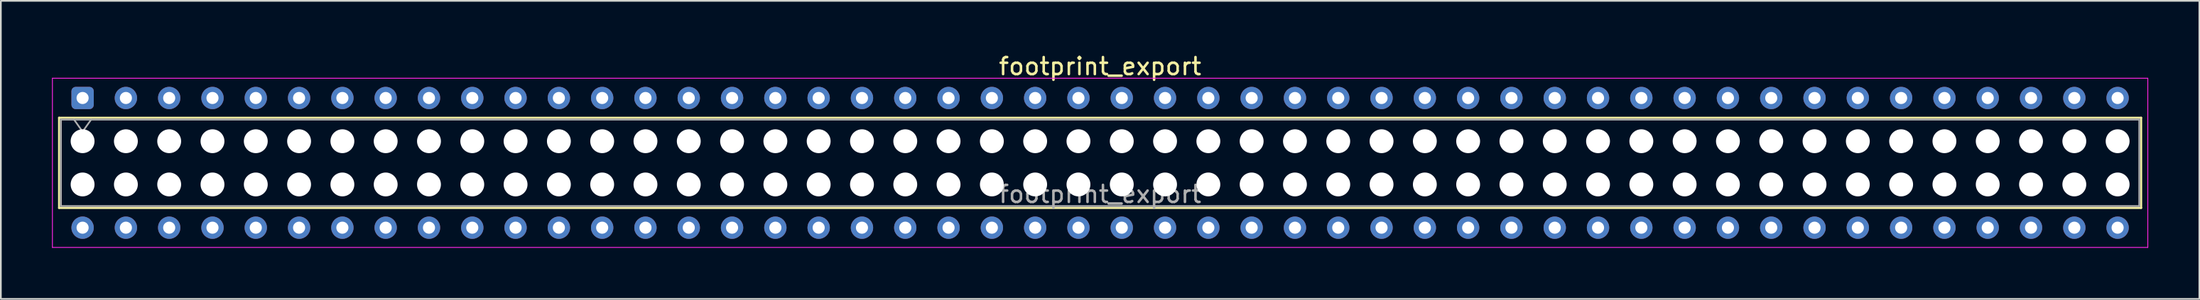
<source format=kicad_pcb>
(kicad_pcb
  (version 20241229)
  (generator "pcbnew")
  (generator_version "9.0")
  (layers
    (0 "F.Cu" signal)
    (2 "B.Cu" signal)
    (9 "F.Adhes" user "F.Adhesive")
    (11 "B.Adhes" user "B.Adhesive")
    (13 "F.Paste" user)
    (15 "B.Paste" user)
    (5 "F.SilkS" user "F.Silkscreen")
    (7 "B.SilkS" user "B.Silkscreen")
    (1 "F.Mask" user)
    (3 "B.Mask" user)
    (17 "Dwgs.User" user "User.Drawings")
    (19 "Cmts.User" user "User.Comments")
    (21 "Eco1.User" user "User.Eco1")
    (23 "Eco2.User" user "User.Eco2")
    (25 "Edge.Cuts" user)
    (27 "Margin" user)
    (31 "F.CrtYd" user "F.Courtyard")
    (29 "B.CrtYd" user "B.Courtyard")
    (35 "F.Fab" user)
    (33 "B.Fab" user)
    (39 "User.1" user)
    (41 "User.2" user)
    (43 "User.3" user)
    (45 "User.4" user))
  (footprint "footprint_export"
    (layer "F.Cu")
    (at 1.795 2.708)
    (property "Reference" "footprint_export" (at 59.69 -1.86 0) (layer "F.SilkS") (effects (font (size 1 1) (thickness 0.15))))
    (attr through_hole)
    (fp_line (start -1.38 1.16) (end 120.76 1.16) (stroke (width 0.12) (type solid)) (layer "F.SilkS"))
    (fp_line (start -1.38 6.46) (end -1.38 1.16) (stroke (width 0.12) (type solid)) (layer "F.SilkS"))
    (fp_line (start 120.76 1.16) (end 120.76 6.46) (stroke (width 0.12) (type solid)) (layer "F.SilkS"))
    (fp_line (start 120.76 6.46) (end -1.38 6.46) (stroke (width 0.12) (type solid)) (layer "F.SilkS"))
    (fp_line (start -1.77 -1.16) (end 121.15 -1.16) (stroke (width 0.05) (type solid)) (layer "F.CrtYd"))
    (fp_line (start -1.77 8.78) (end -1.77 -1.16) (stroke (width 0.05) (type solid)) (layer "F.CrtYd"))
    (fp_line (start 121.15 -1.16) (end 121.15 8.78) (stroke (width 0.05) (type solid)) (layer "F.CrtYd"))
    (fp_line (start 121.15 8.78) (end -1.77 8.78) (stroke (width 0.05) (type solid)) (layer "F.CrtYd"))
    (fp_line (start -1.27 1.27) (end 120.65 1.27) (stroke (width 0.1) (type solid)) (layer "F.Fab"))
    (fp_line (start -1.27 6.35) (end -1.27 1.27) (stroke (width 0.1) (type solid)) (layer "F.Fab"))
    (fp_line (start -0.5 1.27) (end 0 1.977) (stroke (width 0.1) (type solid)) (layer "F.Fab"))
    (fp_line (start 0 1.977) (end 0.5 1.27) (stroke (width 0.1) (type solid)) (layer "F.Fab"))
    (fp_line (start 120.65 1.27) (end 120.65 6.35) (stroke (width 0.1) (type solid)) (layer "F.Fab"))
    (fp_line (start 120.65 6.35) (end -1.27 6.35) (stroke (width 0.1) (type solid)) (layer "F.Fab"))
    (fp_text user "${REFERENCE}" (at 59.69 5.65 0) (layer "F.Fab") (effects (font (size 1 1) (thickness 0.15))))
    (pad "" np_thru_hole circle (at 0 2.54) (size 1.4 1.4) (drill 1.4) (layers "*.Cu" "*.Mask"))
    (pad "" np_thru_hole circle (at 0 5.08) (size 1.4 1.4) (drill 1.4) (layers "*.Cu" "*.Mask"))
    (pad "" np_thru_hole circle (at 2.54 2.54) (size 1.4 1.4) (drill 1.4) (layers "*.Cu" "*.Mask"))
    (pad "" np_thru_hole circle (at 2.54 5.08) (size 1.4 1.4) (drill 1.4) (layers "*.Cu" "*.Mask"))
    (pad "" np_thru_hole circle (at 5.08 2.54) (size 1.4 1.4) (drill 1.4) (layers "*.Cu" "*.Mask"))
    (pad "" np_thru_hole circle (at 5.08 5.08) (size 1.4 1.4) (drill 1.4) (layers "*.Cu" "*.Mask"))
    (pad "" np_thru_hole circle (at 7.62 2.54) (size 1.4 1.4) (drill 1.4) (layers "*.Cu" "*.Mask"))
    (pad "" np_thru_hole circle (at 7.62 5.08) (size 1.4 1.4) (drill 1.4) (layers "*.Cu" "*.Mask"))
    (pad "" np_thru_hole circle (at 10.16 2.54) (size 1.4 1.4) (drill 1.4) (layers "*.Cu" "*.Mask"))
    (pad "" np_thru_hole circle (at 10.16 5.08) (size 1.4 1.4) (drill 1.4) (layers "*.Cu" "*.Mask"))
    (pad "" np_thru_hole circle (at 12.7 2.54) (size 1.4 1.4) (drill 1.4) (layers "*.Cu" "*.Mask"))
    (pad "" np_thru_hole circle (at 12.7 5.08) (size 1.4 1.4) (drill 1.4) (layers "*.Cu" "*.Mask"))
    (pad "" np_thru_hole circle (at 15.24 2.54) (size 1.4 1.4) (drill 1.4) (layers "*.Cu" "*.Mask"))
    (pad "" np_thru_hole circle (at 15.24 5.08) (size 1.4 1.4) (drill 1.4) (layers "*.Cu" "*.Mask"))
    (pad "" np_thru_hole circle (at 17.78 2.54) (size 1.4 1.4) (drill 1.4) (layers "*.Cu" "*.Mask"))
    (pad "" np_thru_hole circle (at 17.78 5.08) (size 1.4 1.4) (drill 1.4) (layers "*.Cu" "*.Mask"))
    (pad "" np_thru_hole circle (at 20.32 2.54) (size 1.4 1.4) (drill 1.4) (layers "*.Cu" "*.Mask"))
    (pad "" np_thru_hole circle (at 20.32 5.08) (size 1.4 1.4) (drill 1.4) (layers "*.Cu" "*.Mask"))
    (pad "" np_thru_hole circle (at 22.86 2.54) (size 1.4 1.4) (drill 1.4) (layers "*.Cu" "*.Mask"))
    (pad "" np_thru_hole circle (at 22.86 5.08) (size 1.4 1.4) (drill 1.4) (layers "*.Cu" "*.Mask"))
    (pad "" np_thru_hole circle (at 25.4 2.54) (size 1.4 1.4) (drill 1.4) (layers "*.Cu" "*.Mask"))
    (pad "" np_thru_hole circle (at 25.4 5.08) (size 1.4 1.4) (drill 1.4) (layers "*.Cu" "*.Mask"))
    (pad "" np_thru_hole circle (at 27.94 2.54) (size 1.4 1.4) (drill 1.4) (layers "*.Cu" "*.Mask"))
    (pad "" np_thru_hole circle (at 27.94 5.08) (size 1.4 1.4) (drill 1.4) (layers "*.Cu" "*.Mask"))
    (pad "" np_thru_hole circle (at 30.48 2.54) (size 1.4 1.4) (drill 1.4) (layers "*.Cu" "*.Mask"))
    (pad "" np_thru_hole circle (at 30.48 5.08) (size 1.4 1.4) (drill 1.4) (layers "*.Cu" "*.Mask"))
    (pad "" np_thru_hole circle (at 33.02 2.54) (size 1.4 1.4) (drill 1.4) (layers "*.Cu" "*.Mask"))
    (pad "" np_thru_hole circle (at 33.02 5.08) (size 1.4 1.4) (drill 1.4) (layers "*.Cu" "*.Mask"))
    (pad "" np_thru_hole circle (at 35.56 2.54) (size 1.4 1.4) (drill 1.4) (layers "*.Cu" "*.Mask"))
    (pad "" np_thru_hole circle (at 35.56 5.08) (size 1.4 1.4) (drill 1.4) (layers "*.Cu" "*.Mask"))
    (pad "" np_thru_hole circle (at 38.1 2.54) (size 1.4 1.4) (drill 1.4) (layers "*.Cu" "*.Mask"))
    (pad "" np_thru_hole circle (at 38.1 5.08) (size 1.4 1.4) (drill 1.4) (layers "*.Cu" "*.Mask"))
    (pad "" np_thru_hole circle (at 40.64 2.54) (size 1.4 1.4) (drill 1.4) (layers "*.Cu" "*.Mask"))
    (pad "" np_thru_hole circle (at 40.64 5.08) (size 1.4 1.4) (drill 1.4) (layers "*.Cu" "*.Mask"))
    (pad "" np_thru_hole circle (at 43.18 2.54) (size 1.4 1.4) (drill 1.4) (layers "*.Cu" "*.Mask"))
    (pad "" np_thru_hole circle (at 43.18 5.08) (size 1.4 1.4) (drill 1.4) (layers "*.Cu" "*.Mask"))
    (pad "" np_thru_hole circle (at 45.72 2.54) (size 1.4 1.4) (drill 1.4) (layers "*.Cu" "*.Mask"))
    (pad "" np_thru_hole circle (at 45.72 5.08) (size 1.4 1.4) (drill 1.4) (layers "*.Cu" "*.Mask"))
    (pad "" np_thru_hole circle (at 48.26 2.54) (size 1.4 1.4) (drill 1.4) (layers "*.Cu" "*.Mask"))
    (pad "" np_thru_hole circle (at 48.26 5.08) (size 1.4 1.4) (drill 1.4) (layers "*.Cu" "*.Mask"))
    (pad "" np_thru_hole circle (at 50.8 2.54) (size 1.4 1.4) (drill 1.4) (layers "*.Cu" "*.Mask"))
    (pad "" np_thru_hole circle (at 50.8 5.08) (size 1.4 1.4) (drill 1.4) (layers "*.Cu" "*.Mask"))
    (pad "" np_thru_hole circle (at 53.34 2.54) (size 1.4 1.4) (drill 1.4) (layers "*.Cu" "*.Mask"))
    (pad "" np_thru_hole circle (at 53.34 5.08) (size 1.4 1.4) (drill 1.4) (layers "*.Cu" "*.Mask"))
    (pad "" np_thru_hole circle (at 55.88 2.54) (size 1.4 1.4) (drill 1.4) (layers "*.Cu" "*.Mask"))
    (pad "" np_thru_hole circle (at 55.88 5.08) (size 1.4 1.4) (drill 1.4) (layers "*.Cu" "*.Mask"))
    (pad "" np_thru_hole circle (at 58.42 2.54) (size 1.4 1.4) (drill 1.4) (layers "*.Cu" "*.Mask"))
    (pad "" np_thru_hole circle (at 58.42 5.08) (size 1.4 1.4) (drill 1.4) (layers "*.Cu" "*.Mask"))
    (pad "" np_thru_hole circle (at 60.96 2.54) (size 1.4 1.4) (drill 1.4) (layers "*.Cu" "*.Mask"))
    (pad "" np_thru_hole circle (at 60.96 5.08) (size 1.4 1.4) (drill 1.4) (layers "*.Cu" "*.Mask"))
    (pad "" np_thru_hole circle (at 63.5 2.54) (size 1.4 1.4) (drill 1.4) (layers "*.Cu" "*.Mask"))
    (pad "" np_thru_hole circle (at 63.5 5.08) (size 1.4 1.4) (drill 1.4) (layers "*.Cu" "*.Mask"))
    (pad "" np_thru_hole circle (at 66.04 2.54) (size 1.4 1.4) (drill 1.4) (layers "*.Cu" "*.Mask"))
    (pad "" np_thru_hole circle (at 66.04 5.08) (size 1.4 1.4) (drill 1.4) (layers "*.Cu" "*.Mask"))
    (pad "" np_thru_hole circle (at 68.58 2.54) (size 1.4 1.4) (drill 1.4) (layers "*.Cu" "*.Mask"))
    (pad "" np_thru_hole circle (at 68.58 5.08) (size 1.4 1.4) (drill 1.4) (layers "*.Cu" "*.Mask"))
    (pad "" np_thru_hole circle (at 71.12 2.54) (size 1.4 1.4) (drill 1.4) (layers "*.Cu" "*.Mask"))
    (pad "" np_thru_hole circle (at 71.12 5.08) (size 1.4 1.4) (drill 1.4) (layers "*.Cu" "*.Mask"))
    (pad "" np_thru_hole circle (at 73.66 2.54) (size 1.4 1.4) (drill 1.4) (layers "*.Cu" "*.Mask"))
    (pad "" np_thru_hole circle (at 73.66 5.08) (size 1.4 1.4) (drill 1.4) (layers "*.Cu" "*.Mask"))
    (pad "" np_thru_hole circle (at 76.2 2.54) (size 1.4 1.4) (drill 1.4) (layers "*.Cu" "*.Mask"))
    (pad "" np_thru_hole circle (at 76.2 5.08) (size 1.4 1.4) (drill 1.4) (layers "*.Cu" "*.Mask"))
    (pad "" np_thru_hole circle (at 78.74 2.54) (size 1.4 1.4) (drill 1.4) (layers "*.Cu" "*.Mask"))
    (pad "" np_thru_hole circle (at 78.74 5.08) (size 1.4 1.4) (drill 1.4) (layers "*.Cu" "*.Mask"))
    (pad "" np_thru_hole circle (at 81.28 2.54) (size 1.4 1.4) (drill 1.4) (layers "*.Cu" "*.Mask"))
    (pad "" np_thru_hole circle (at 81.28 5.08) (size 1.4 1.4) (drill 1.4) (layers "*.Cu" "*.Mask"))
    (pad "" np_thru_hole circle (at 83.82 2.54) (size 1.4 1.4) (drill 1.4) (layers "*.Cu" "*.Mask"))
    (pad "" np_thru_hole circle (at 83.82 5.08) (size 1.4 1.4) (drill 1.4) (layers "*.Cu" "*.Mask"))
    (pad "" np_thru_hole circle (at 86.36 2.54) (size 1.4 1.4) (drill 1.4) (layers "*.Cu" "*.Mask"))
    (pad "" np_thru_hole circle (at 86.36 5.08) (size 1.4 1.4) (drill 1.4) (layers "*.Cu" "*.Mask"))
    (pad "" np_thru_hole circle (at 88.9 2.54) (size 1.4 1.4) (drill 1.4) (layers "*.Cu" "*.Mask"))
    (pad "" np_thru_hole circle (at 88.9 5.08) (size 1.4 1.4) (drill 1.4) (layers "*.Cu" "*.Mask"))
    (pad "" np_thru_hole circle (at 91.44 2.54) (size 1.4 1.4) (drill 1.4) (layers "*.Cu" "*.Mask"))
    (pad "" np_thru_hole circle (at 91.44 5.08) (size 1.4 1.4) (drill 1.4) (layers "*.Cu" "*.Mask"))
    (pad "" np_thru_hole circle (at 93.98 2.54) (size 1.4 1.4) (drill 1.4) (layers "*.Cu" "*.Mask"))
    (pad "" np_thru_hole circle (at 93.98 5.08) (size 1.4 1.4) (drill 1.4) (layers "*.Cu" "*.Mask"))
    (pad "" np_thru_hole circle (at 96.52 2.54) (size 1.4 1.4) (drill 1.4) (layers "*.Cu" "*.Mask"))
    (pad "" np_thru_hole circle (at 96.52 5.08) (size 1.4 1.4) (drill 1.4) (layers "*.Cu" "*.Mask"))
    (pad "" np_thru_hole circle (at 99.06 2.54) (size 1.4 1.4) (drill 1.4) (layers "*.Cu" "*.Mask"))
    (pad "" np_thru_hole circle (at 99.06 5.08) (size 1.4 1.4) (drill 1.4) (layers "*.Cu" "*.Mask"))
    (pad "" np_thru_hole circle (at 101.6 2.54) (size 1.4 1.4) (drill 1.4) (layers "*.Cu" "*.Mask"))
    (pad "" np_thru_hole circle (at 101.6 5.08) (size 1.4 1.4) (drill 1.4) (layers "*.Cu" "*.Mask"))
    (pad "" np_thru_hole circle (at 104.14 2.54) (size 1.4 1.4) (drill 1.4) (layers "*.Cu" "*.Mask"))
    (pad "" np_thru_hole circle (at 104.14 5.08) (size 1.4 1.4) (drill 1.4) (layers "*.Cu" "*.Mask"))
    (pad "" np_thru_hole circle (at 106.68 2.54) (size 1.4 1.4) (drill 1.4) (layers "*.Cu" "*.Mask"))
    (pad "" np_thru_hole circle (at 106.68 5.08) (size 1.4 1.4) (drill 1.4) (layers "*.Cu" "*.Mask"))
    (pad "" np_thru_hole circle (at 109.22 2.54) (size 1.4 1.4) (drill 1.4) (layers "*.Cu" "*.Mask"))
    (pad "" np_thru_hole circle (at 109.22 5.08) (size 1.4 1.4) (drill 1.4) (layers "*.Cu" "*.Mask"))
    (pad "" np_thru_hole circle (at 111.76 2.54) (size 1.4 1.4) (drill 1.4) (layers "*.Cu" "*.Mask"))
    (pad "" np_thru_hole circle (at 111.76 5.08) (size 1.4 1.4) (drill 1.4) (layers "*.Cu" "*.Mask"))
    (pad "" np_thru_hole circle (at 114.3 2.54) (size 1.4 1.4) (drill 1.4) (layers "*.Cu" "*.Mask"))
    (pad "" np_thru_hole circle (at 114.3 5.08) (size 1.4 1.4) (drill 1.4) (layers "*.Cu" "*.Mask"))
    (pad "" np_thru_hole circle (at 116.84 2.54) (size 1.4 1.4) (drill 1.4) (layers "*.Cu" "*.Mask"))
    (pad "" np_thru_hole circle (at 116.84 5.08) (size 1.4 1.4) (drill 1.4) (layers "*.Cu" "*.Mask"))
    (pad "" np_thru_hole circle (at 119.38 2.54) (size 1.4 1.4) (drill 1.4) (layers "*.Cu" "*.Mask"))
    (pad "" np_thru_hole circle (at 119.38 5.08) (size 1.4 1.4) (drill 1.4) (layers "*.Cu" "*.Mask"))
    (pad "1" thru_hole roundrect (at 0 0) (size 1.31 1.31) (drill 0.71) (layers "*.Cu" "*.Mask") (roundrect_rratio 0.191))
    (pad "2" thru_hole circle (at 0 7.62) (size 1.31 1.31) (drill 0.71) (layers "*.Cu" "*.Mask"))
    (pad "3" thru_hole circle (at 2.54 0) (size 1.31 1.31) (drill 0.71) (layers "*.Cu" "*.Mask"))
    (pad "4" thru_hole circle (at 2.54 7.62) (size 1.31 1.31) (drill 0.71) (layers "*.Cu" "*.Mask"))
    (pad "5" thru_hole circle (at 5.08 0) (size 1.31 1.31) (drill 0.71) (layers "*.Cu" "*.Mask"))
    (pad "6" thru_hole circle (at 5.08 7.62) (size 1.31 1.31) (drill 0.71) (layers "*.Cu" "*.Mask"))
    (pad "7" thru_hole circle (at 7.62 0) (size 1.31 1.31) (drill 0.71) (layers "*.Cu" "*.Mask"))
    (pad "8" thru_hole circle (at 7.62 7.62) (size 1.31 1.31) (drill 0.71) (layers "*.Cu" "*.Mask"))
    (pad "9" thru_hole circle (at 10.16 0) (size 1.31 1.31) (drill 0.71) (layers "*.Cu" "*.Mask"))
    (pad "10" thru_hole circle (at 10.16 7.62) (size 1.31 1.31) (drill 0.71) (layers "*.Cu" "*.Mask"))
    (pad "11" thru_hole circle (at 12.7 0) (size 1.31 1.31) (drill 0.71) (layers "*.Cu" "*.Mask"))
    (pad "12" thru_hole circle (at 12.7 7.62) (size 1.31 1.31) (drill 0.71) (layers "*.Cu" "*.Mask"))
    (pad "13" thru_hole circle (at 15.24 0) (size 1.31 1.31) (drill 0.71) (layers "*.Cu" "*.Mask"))
    (pad "14" thru_hole circle (at 15.24 7.62) (size 1.31 1.31) (drill 0.71) (layers "*.Cu" "*.Mask"))
    (pad "15" thru_hole circle (at 17.78 0) (size 1.31 1.31) (drill 0.71) (layers "*.Cu" "*.Mask"))
    (pad "16" thru_hole circle (at 17.78 7.62) (size 1.31 1.31) (drill 0.71) (layers "*.Cu" "*.Mask"))
    (pad "17" thru_hole circle (at 20.32 0) (size 1.31 1.31) (drill 0.71) (layers "*.Cu" "*.Mask"))
    (pad "18" thru_hole circle (at 20.32 7.62) (size 1.31 1.31) (drill 0.71) (layers "*.Cu" "*.Mask"))
    (pad "19" thru_hole circle (at 22.86 0) (size 1.31 1.31) (drill 0.71) (layers "*.Cu" "*.Mask"))
    (pad "20" thru_hole circle (at 22.86 7.62) (size 1.31 1.31) (drill 0.71) (layers "*.Cu" "*.Mask"))
    (pad "21" thru_hole circle (at 25.4 0) (size 1.31 1.31) (drill 0.71) (layers "*.Cu" "*.Mask"))
    (pad "22" thru_hole circle (at 25.4 7.62) (size 1.31 1.31) (drill 0.71) (layers "*.Cu" "*.Mask"))
    (pad "23" thru_hole circle (at 27.94 0) (size 1.31 1.31) (drill 0.71) (layers "*.Cu" "*.Mask"))
    (pad "24" thru_hole circle (at 27.94 7.62) (size 1.31 1.31) (drill 0.71) (layers "*.Cu" "*.Mask"))
    (pad "25" thru_hole circle (at 30.48 0) (size 1.31 1.31) (drill 0.71) (layers "*.Cu" "*.Mask"))
    (pad "26" thru_hole circle (at 30.48 7.62) (size 1.31 1.31) (drill 0.71) (layers "*.Cu" "*.Mask"))
    (pad "27" thru_hole circle (at 33.02 0) (size 1.31 1.31) (drill 0.71) (layers "*.Cu" "*.Mask"))
    (pad "28" thru_hole circle (at 33.02 7.62) (size 1.31 1.31) (drill 0.71) (layers "*.Cu" "*.Mask"))
    (pad "29" thru_hole circle (at 35.56 0) (size 1.31 1.31) (drill 0.71) (layers "*.Cu" "*.Mask"))
    (pad "30" thru_hole circle (at 35.56 7.62) (size 1.31 1.31) (drill 0.71) (layers "*.Cu" "*.Mask"))
    (pad "31" thru_hole circle (at 38.1 0) (size 1.31 1.31) (drill 0.71) (layers "*.Cu" "*.Mask"))
    (pad "32" thru_hole circle (at 38.1 7.62) (size 1.31 1.31) (drill 0.71) (layers "*.Cu" "*.Mask"))
    (pad "33" thru_hole circle (at 40.64 0) (size 1.31 1.31) (drill 0.71) (layers "*.Cu" "*.Mask"))
    (pad "34" thru_hole circle (at 40.64 7.62) (size 1.31 1.31) (drill 0.71) (layers "*.Cu" "*.Mask"))
    (pad "35" thru_hole circle (at 43.18 0) (size 1.31 1.31) (drill 0.71) (layers "*.Cu" "*.Mask"))
    (pad "36" thru_hole circle (at 43.18 7.62) (size 1.31 1.31) (drill 0.71) (layers "*.Cu" "*.Mask"))
    (pad "37" thru_hole circle (at 45.72 0) (size 1.31 1.31) (drill 0.71) (layers "*.Cu" "*.Mask"))
    (pad "38" thru_hole circle (at 45.72 7.62) (size 1.31 1.31) (drill 0.71) (layers "*.Cu" "*.Mask"))
    (pad "39" thru_hole circle (at 48.26 0) (size 1.31 1.31) (drill 0.71) (layers "*.Cu" "*.Mask"))
    (pad "40" thru_hole circle (at 48.26 7.62) (size 1.31 1.31) (drill 0.71) (layers "*.Cu" "*.Mask"))
    (pad "41" thru_hole circle (at 50.8 0) (size 1.31 1.31) (drill 0.71) (layers "*.Cu" "*.Mask"))
    (pad "42" thru_hole circle (at 50.8 7.62) (size 1.31 1.31) (drill 0.71) (layers "*.Cu" "*.Mask"))
    (pad "43" thru_hole circle (at 53.34 0) (size 1.31 1.31) (drill 0.71) (layers "*.Cu" "*.Mask"))
    (pad "44" thru_hole circle (at 53.34 7.62) (size 1.31 1.31) (drill 0.71) (layers "*.Cu" "*.Mask"))
    (pad "45" thru_hole circle (at 55.88 0) (size 1.31 1.31) (drill 0.71) (layers "*.Cu" "*.Mask"))
    (pad "46" thru_hole circle (at 55.88 7.62) (size 1.31 1.31) (drill 0.71) (layers "*.Cu" "*.Mask"))
    (pad "47" thru_hole circle (at 58.42 0) (size 1.31 1.31) (drill 0.71) (layers "*.Cu" "*.Mask"))
    (pad "48" thru_hole circle (at 58.42 7.62) (size 1.31 1.31) (drill 0.71) (layers "*.Cu" "*.Mask"))
    (pad "49" thru_hole circle (at 60.96 0) (size 1.31 1.31) (drill 0.71) (layers "*.Cu" "*.Mask"))
    (pad "50" thru_hole circle (at 60.96 7.62) (size 1.31 1.31) (drill 0.71) (layers "*.Cu" "*.Mask"))
    (pad "51" thru_hole circle (at 63.5 0) (size 1.31 1.31) (drill 0.71) (layers "*.Cu" "*.Mask"))
    (pad "52" thru_hole circle (at 63.5 7.62) (size 1.31 1.31) (drill 0.71) (layers "*.Cu" "*.Mask"))
    (pad "53" thru_hole circle (at 66.04 0) (size 1.31 1.31) (drill 0.71) (layers "*.Cu" "*.Mask"))
    (pad "54" thru_hole circle (at 66.04 7.62) (size 1.31 1.31) (drill 0.71) (layers "*.Cu" "*.Mask"))
    (pad "55" thru_hole circle (at 68.58 0) (size 1.31 1.31) (drill 0.71) (layers "*.Cu" "*.Mask"))
    (pad "56" thru_hole circle (at 68.58 7.62) (size 1.31 1.31) (drill 0.71) (layers "*.Cu" "*.Mask"))
    (pad "57" thru_hole circle (at 71.12 0) (size 1.31 1.31) (drill 0.71) (layers "*.Cu" "*.Mask"))
    (pad "58" thru_hole circle (at 71.12 7.62) (size 1.31 1.31) (drill 0.71) (layers "*.Cu" "*.Mask"))
    (pad "59" thru_hole circle (at 73.66 0) (size 1.31 1.31) (drill 0.71) (layers "*.Cu" "*.Mask"))
    (pad "60" thru_hole circle (at 73.66 7.62) (size 1.31 1.31) (drill 0.71) (layers "*.Cu" "*.Mask"))
    (pad "61" thru_hole circle (at 76.2 0) (size 1.31 1.31) (drill 0.71) (layers "*.Cu" "*.Mask"))
    (pad "62" thru_hole circle (at 76.2 7.62) (size 1.31 1.31) (drill 0.71) (layers "*.Cu" "*.Mask"))
    (pad "63" thru_hole circle (at 78.74 0) (size 1.31 1.31) (drill 0.71) (layers "*.Cu" "*.Mask"))
    (pad "64" thru_hole circle (at 78.74 7.62) (size 1.31 1.31) (drill 0.71) (layers "*.Cu" "*.Mask"))
    (pad "65" thru_hole circle (at 81.28 0) (size 1.31 1.31) (drill 0.71) (layers "*.Cu" "*.Mask"))
    (pad "66" thru_hole circle (at 81.28 7.62) (size 1.31 1.31) (drill 0.71) (layers "*.Cu" "*.Mask"))
    (pad "67" thru_hole circle (at 83.82 0) (size 1.31 1.31) (drill 0.71) (layers "*.Cu" "*.Mask"))
    (pad "68" thru_hole circle (at 83.82 7.62) (size 1.31 1.31) (drill 0.71) (layers "*.Cu" "*.Mask"))
    (pad "69" thru_hole circle (at 86.36 0) (size 1.31 1.31) (drill 0.71) (layers "*.Cu" "*.Mask"))
    (pad "70" thru_hole circle (at 86.36 7.62) (size 1.31 1.31) (drill 0.71) (layers "*.Cu" "*.Mask"))
    (pad "71" thru_hole circle (at 88.9 0) (size 1.31 1.31) (drill 0.71) (layers "*.Cu" "*.Mask"))
    (pad "72" thru_hole circle (at 88.9 7.62) (size 1.31 1.31) (drill 0.71) (layers "*.Cu" "*.Mask"))
    (pad "73" thru_hole circle (at 91.44 0) (size 1.31 1.31) (drill 0.71) (layers "*.Cu" "*.Mask"))
    (pad "74" thru_hole circle (at 91.44 7.62) (size 1.31 1.31) (drill 0.71) (layers "*.Cu" "*.Mask"))
    (pad "75" thru_hole circle (at 93.98 0) (size 1.31 1.31) (drill 0.71) (layers "*.Cu" "*.Mask"))
    (pad "76" thru_hole circle (at 93.98 7.62) (size 1.31 1.31) (drill 0.71) (layers "*.Cu" "*.Mask"))
    (pad "77" thru_hole circle (at 96.52 0) (size 1.31 1.31) (drill 0.71) (layers "*.Cu" "*.Mask"))
    (pad "78" thru_hole circle (at 96.52 7.62) (size 1.31 1.31) (drill 0.71) (layers "*.Cu" "*.Mask"))
    (pad "79" thru_hole circle (at 99.06 0) (size 1.31 1.31) (drill 0.71) (layers "*.Cu" "*.Mask"))
    (pad "80" thru_hole circle (at 99.06 7.62) (size 1.31 1.31) (drill 0.71) (layers "*.Cu" "*.Mask"))
    (pad "81" thru_hole circle (at 101.6 0) (size 1.31 1.31) (drill 0.71) (layers "*.Cu" "*.Mask"))
    (pad "82" thru_hole circle (at 101.6 7.62) (size 1.31 1.31) (drill 0.71) (layers "*.Cu" "*.Mask"))
    (pad "83" thru_hole circle (at 104.14 0) (size 1.31 1.31) (drill 0.71) (layers "*.Cu" "*.Mask"))
    (pad "84" thru_hole circle (at 104.14 7.62) (size 1.31 1.31) (drill 0.71) (layers "*.Cu" "*.Mask"))
    (pad "85" thru_hole circle (at 106.68 0) (size 1.31 1.31) (drill 0.71) (layers "*.Cu" "*.Mask"))
    (pad "86" thru_hole circle (at 106.68 7.62) (size 1.31 1.31) (drill 0.71) (layers "*.Cu" "*.Mask"))
    (pad "87" thru_hole circle (at 109.22 0) (size 1.31 1.31) (drill 0.71) (layers "*.Cu" "*.Mask"))
    (pad "88" thru_hole circle (at 109.22 7.62) (size 1.31 1.31) (drill 0.71) (layers "*.Cu" "*.Mask"))
    (pad "89" thru_hole circle (at 111.76 0) (size 1.31 1.31) (drill 0.71) (layers "*.Cu" "*.Mask"))
    (pad "90" thru_hole circle (at 111.76 7.62) (size 1.31 1.31) (drill 0.71) (layers "*.Cu" "*.Mask"))
    (pad "91" thru_hole circle (at 114.3 0) (size 1.31 1.31) (drill 0.71) (layers "*.Cu" "*.Mask"))
    (pad "92" thru_hole circle (at 114.3 7.62) (size 1.31 1.31) (drill 0.71) (layers "*.Cu" "*.Mask"))
    (pad "93" thru_hole circle (at 116.84 0) (size 1.31 1.31) (drill 0.71) (layers "*.Cu" "*.Mask"))
    (pad "94" thru_hole circle (at 116.84 7.62) (size 1.31 1.31) (drill 0.71) (layers "*.Cu" "*.Mask"))
    (pad "95" thru_hole circle (at 119.38 0) (size 1.31 1.31) (drill 0.71) (layers "*.Cu" "*.Mask"))
    (pad "96" thru_hole circle (at 119.38 7.62) (size 1.31 1.31) (drill 0.71) (layers "*.Cu" "*.Mask")))
  (gr_rect
    (start -3 -3)
    (end 125.97 14.513)
    (stroke (width 0.1) (type default))
    (fill no)
    (layer "Edge.Cuts")))
</source>
